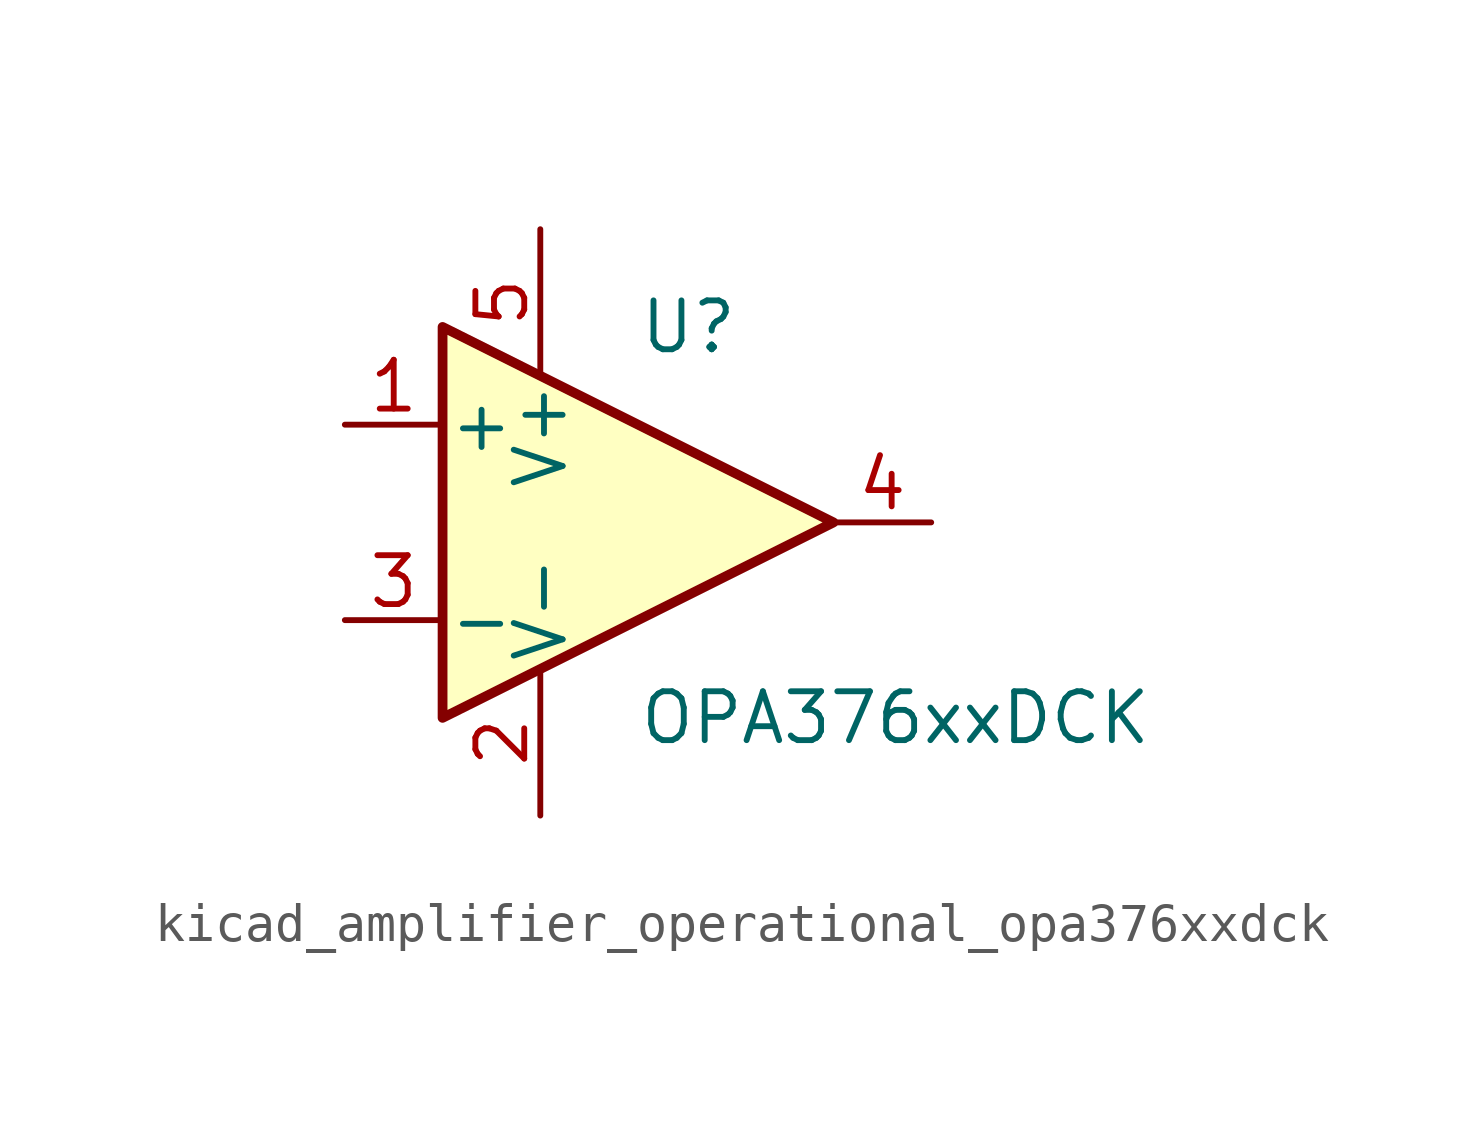
<source format=kicad_sym>
(kicad_symbol_lib
  (version 20220914)
  (generator kicad_symbol_editor)
  (symbol "kicad_amplifier_operational_opa376xxdck"
    (pin_names
      (offset 0.127))
    (property "Reference" "U"
      (at 0 5.08 0)
      (effects (font (size 1.27 1.27)) (justify left)))
    (property "Value" "OPA376xxDCK"
      (at 0 -5.08 0)
      (effects (font (size 1.27 1.27)) (justify left)))
    (symbol "kicad_amplifier_operational_opa376xxdck_0_1"
      (polyline (pts (xy -5.08 5.08) (xy 5.08 0) (xy -5.08 -5.08) (xy -5.08 5.08)) (stroke (width 0.254) (type default)) (fill (type background)))
      (pin power_in line (at -2.54 -7.62 90) (length 3.81) (name "V-" (effects (font (size 1.27 1.27)))) (number "2" (effects (font (size 1.27 1.27)))))
      (pin power_in line (at -2.54 7.62 270) (length 3.81) (name "V+" (effects (font (size 1.27 1.27)))) (number "5" (effects (font (size 1.27 1.27))))))
    (symbol "kicad_amplifier_operational_opa376xxdck_1_1"
      (pin input line (at -7.62 2.54 0) (length 2.54) (name "+" (effects (font (size 1.27 1.27)))) (number "1" (effects (font (size 1.27 1.27)))))
      (pin input line (at -7.62 -2.54 0) (length 2.54) (name "-" (effects (font (size 1.27 1.27)))) (number "3" (effects (font (size 1.27 1.27)))))
      (pin output line (at 7.62 0 180) (length 2.54) (name "~" (effects (font (size 1.27 1.27)))) (number "4" (effects (font (size 1.27 1.27))))))))
</source>
